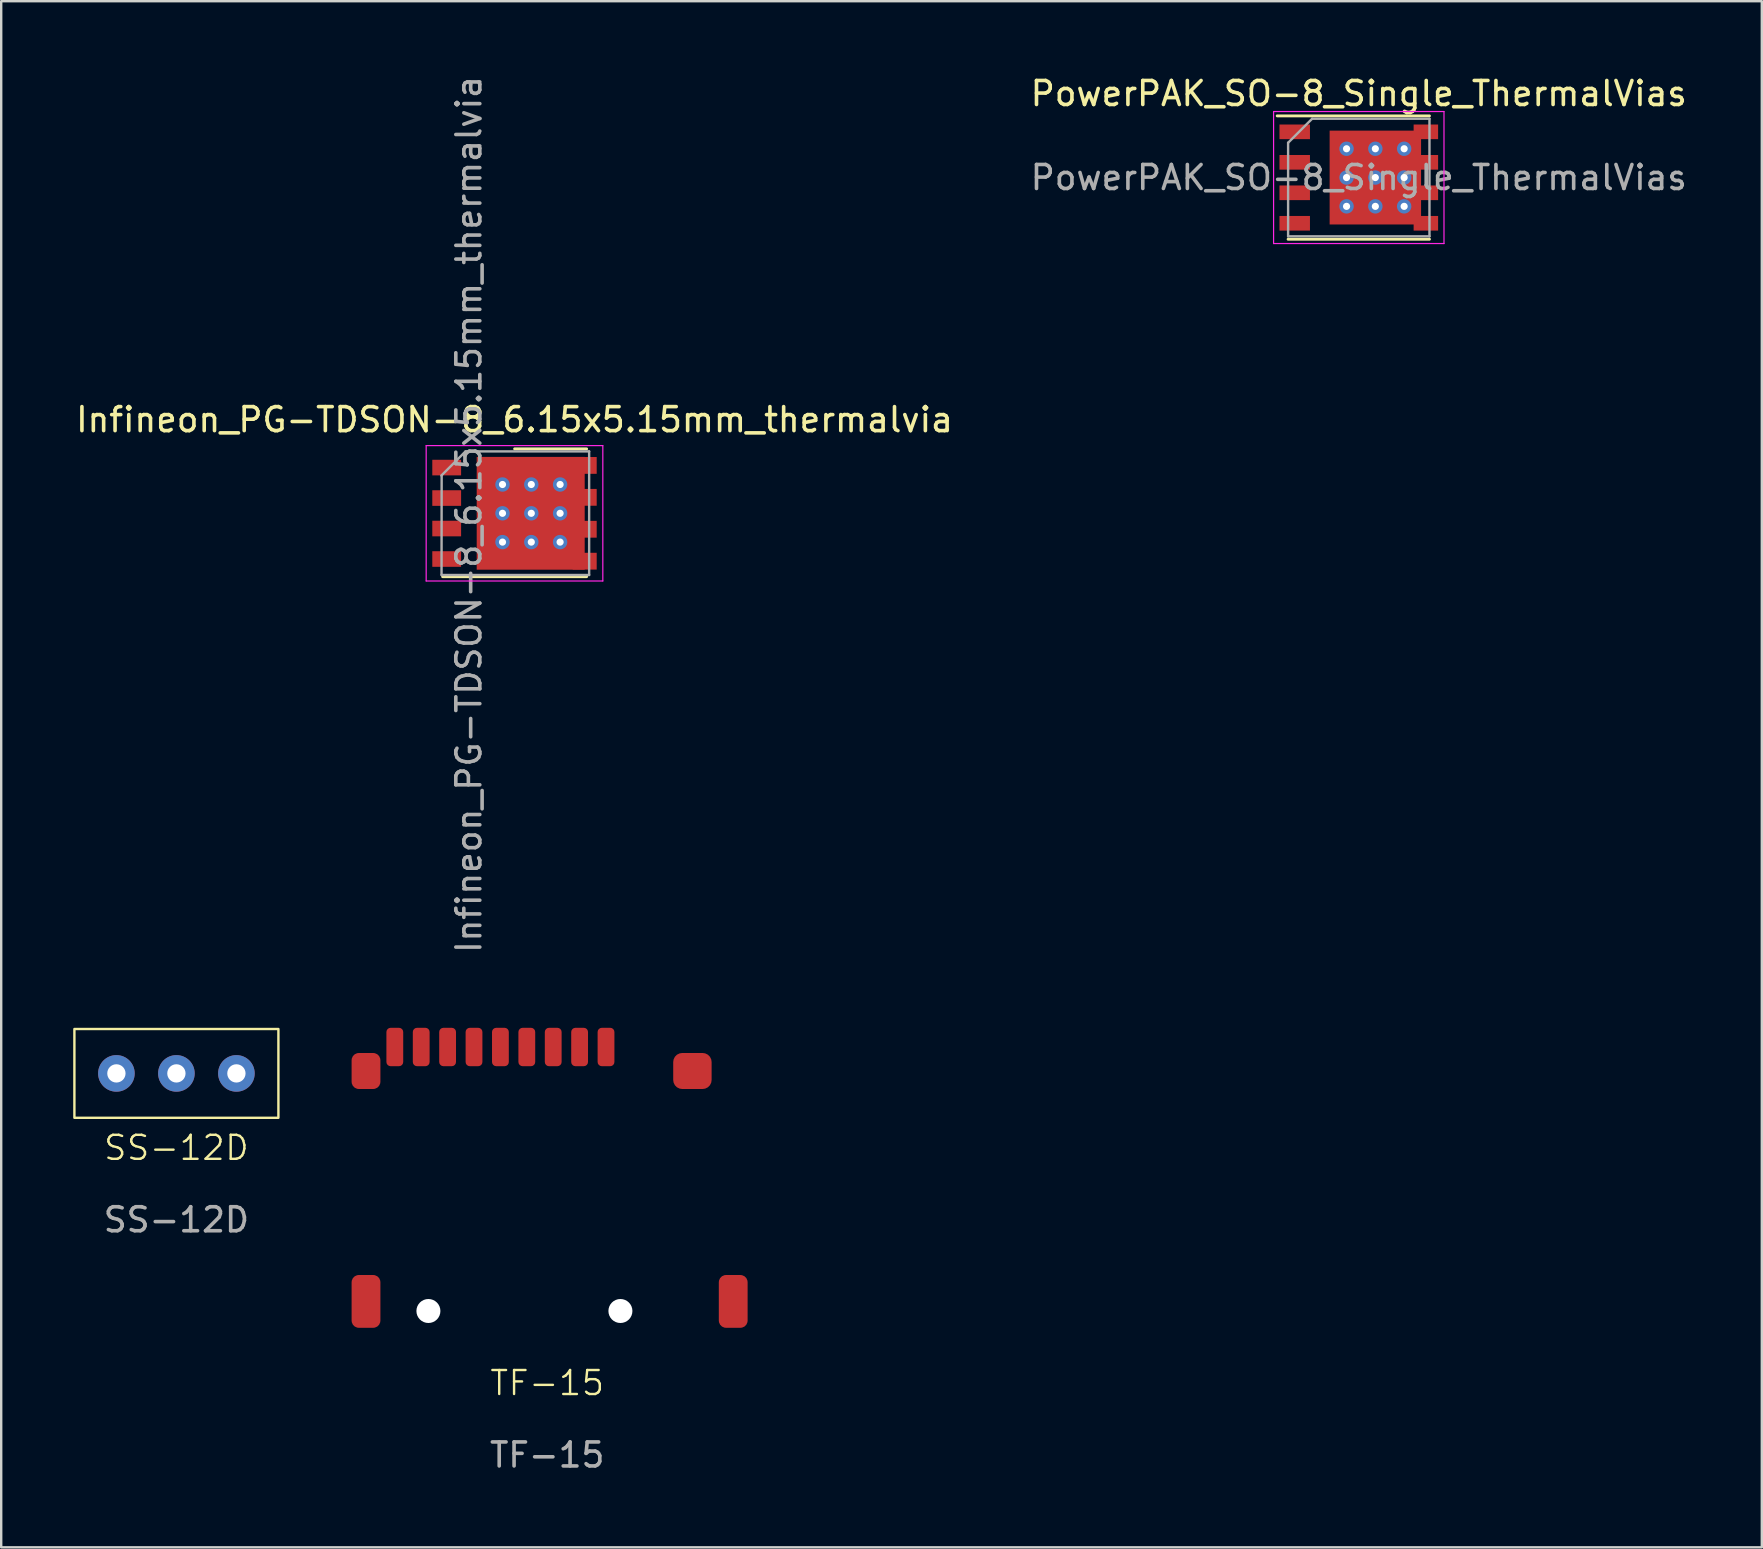
<source format=kicad_pcb>
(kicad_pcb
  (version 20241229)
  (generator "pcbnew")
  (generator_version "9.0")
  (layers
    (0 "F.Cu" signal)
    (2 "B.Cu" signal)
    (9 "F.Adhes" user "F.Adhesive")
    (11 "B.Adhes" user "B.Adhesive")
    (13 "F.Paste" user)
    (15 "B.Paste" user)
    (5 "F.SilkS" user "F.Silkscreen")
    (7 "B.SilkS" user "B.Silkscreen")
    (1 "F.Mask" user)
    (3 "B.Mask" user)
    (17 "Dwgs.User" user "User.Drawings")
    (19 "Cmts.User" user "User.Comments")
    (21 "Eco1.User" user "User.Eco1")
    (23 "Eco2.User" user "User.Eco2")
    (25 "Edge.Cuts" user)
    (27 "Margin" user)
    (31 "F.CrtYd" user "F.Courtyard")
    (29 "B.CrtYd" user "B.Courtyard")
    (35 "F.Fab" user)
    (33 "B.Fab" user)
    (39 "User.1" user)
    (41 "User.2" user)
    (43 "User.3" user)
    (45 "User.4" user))
  (footprint "PowerPAK_SO-8_Single_ThermalVias"
    (layer "F.Cu")
    (at 53.565 4.348)
    (property "Reference" "PowerPAK_SO-8_Single_ThermalVias" (at 0 -3.5 0) (layer "F.SilkS") (effects (font (size 1 1) (thickness 0.15))))
    (attr smd)
    (fp_line (start -3.4 -2.57) (end 2.945 -2.57) (stroke (width 0.12) (type solid)) (layer "F.SilkS"))
    (fp_line (start -2.945 2.57) (end 2.945 2.57) (stroke (width 0.12) (type solid)) (layer "F.SilkS"))
    (fp_line (start -3.55 -2.75) (end -3.55 2.75) (stroke (width 0.05) (type solid)) (layer "F.CrtYd"))
    (fp_line (start -3.55 -2.75) (end 3.55 -2.75) (stroke (width 0.05) (type solid)) (layer "F.CrtYd"))
    (fp_line (start -3.55 2.75) (end 3.55 2.75) (stroke (width 0.05) (type solid)) (layer "F.CrtYd"))
    (fp_line (start 3.55 -2.75) (end 3.55 2.75) (stroke (width 0.05) (type solid)) (layer "F.CrtYd"))
    (fp_line (start -2.945 2.45) (end -2.945 -1.45) (stroke (width 0.1) (type solid)) (layer "F.Fab"))
    (fp_line (start -1.945 -2.45) (end -2.945 -1.45) (stroke (width 0.1) (type solid)) (layer "F.Fab"))
    (fp_line (start -1.945 -2.45) (end 2.945 -2.45) (stroke (width 0.1) (type solid)) (layer "F.Fab"))
    (fp_line (start 2.945 -2.45) (end 2.945 2.45) (stroke (width 0.1) (type solid)) (layer "F.Fab"))
    (fp_line (start 2.945 2.45) (end -2.945 2.45) (stroke (width 0.1) (type solid)) (layer "F.Fab"))
    (fp_text user "${REFERENCE}" (at 0 0 0) (layer "F.Fab") (effects (font (size 1 1) (thickness 0.15))))
    (pad "1" smd rect (at -2.67 -1.905) (size 1.27 0.61) (layers "F.Cu" "F.Mask" "F.Paste"))
    (pad "2" smd rect (at -2.67 -0.635) (size 1.27 0.61) (layers "F.Cu" "F.Mask" "F.Paste"))
    (pad "3" smd rect (at -2.67 0.635) (size 1.27 0.61) (layers "F.Cu" "F.Mask" "F.Paste"))
    (pad "4" smd rect (at -2.67 1.905) (size 1.27 0.61) (layers "F.Cu" "F.Mask" "F.Paste"))
    (pad "5" thru_hole circle (at -0.51 -1.2) (size 0.6 0.6) (drill 0.3) (layers "*.Cu"))
    (pad "5" thru_hole circle (at -0.51 0) (size 0.6 0.6) (drill 0.3) (layers "*.Cu"))
    (pad "5" thru_hole circle (at -0.51 1.2) (size 0.6 0.6) (drill 0.3) (layers "*.Cu"))
    (pad "5" thru_hole circle (at 0.69 -1.2) (size 0.6 0.6) (drill 0.3) (layers "*.Cu"))
    (pad "5" thru_hole circle (at 0.69 0) (size 0.6 0.6) (drill 0.3) (layers "*.Cu"))
    (pad "5" smd rect (at 0.69 0) (size 3.81 3.91) (layers "F.Cu" "F.Mask" "F.Paste"))
    (pad "5" thru_hole circle (at 0.69 1.2) (size 0.6 0.6) (drill 0.3) (layers "*.Cu"))
    (pad "5" thru_hole circle (at 1.89 -1.2) (size 0.6 0.6) (drill 0.3) (layers "*.Cu"))
    (pad "5" thru_hole circle (at 1.89 0) (size 0.6 0.6) (drill 0.3) (layers "*.Cu"))
    (pad "5" thru_hole circle (at 1.89 1.2) (size 0.6 0.6) (drill 0.3) (layers "*.Cu"))
    (pad "5" smd rect (at 2.795 -1.905) (size 1.02 0.61) (layers "F.Cu" "F.Mask" "F.Paste"))
    (pad "5" smd rect (at 2.795 -0.635) (size 1.02 0.61) (layers "F.Cu" "F.Mask" "F.Paste"))
    (pad "5" smd rect (at 2.795 0.635) (size 1.02 0.61) (layers "F.Cu" "F.Mask" "F.Paste"))
    (pad "5" smd rect (at 2.795 1.905) (size 1.02 0.61) (layers "F.Cu" "F.Mask" "F.Paste")))
  (footprint "SS-12D"
    (layer "F.Cu")
    (at 4.3 41.674)
    (property "Reference" "SS-12D" (at 0 3.1 0) (unlocked yes) (layer "F.SilkS") (effects (font (size 1 1) (thickness 0.1))))
    (attr through_hole)
    (fp_rect (start -4.25 -1.85) (end 4.25 1.85) (stroke (width 0.1) (type default)) (fill no) (layer "F.SilkS"))
    (fp_text user "${REFERENCE}" (at 0 6.1 0) (unlocked yes) (layer "F.Fab") (effects (font (size 1 1) (thickness 0.15))))
    (pad "1" thru_hole circle (at -2.5 0) (size 1.524 1.524) (drill 0.762) (layers "*.Cu" "*.Mask"))
    (pad "2" thru_hole circle (at 0 0) (size 1.524 1.524) (drill 0.762) (layers "*.Cu" "*.Mask"))
    (pad "3" thru_hole circle (at 2.5 0) (size 1.524 1.524) (drill 0.762) (layers "*.Cu" "*.Mask")))
  (footprint "Infineon_PG-TDSON-8_6.15x5.15mm_thermalvia"
    (layer "F.Cu")
    (at 18.387 18.337)
    (property "Reference" "Infineon_PG-TDSON-8_6.15x5.15mm_thermalvia" (at 0 -3.9 0) (layer "F.SilkS") (effects (font (size 1 1) (thickness 0.15))))
    (attr smd)
    (fp_line (start 3.005 -2.685) (end 0.005 -2.685) (stroke (width 0.12) (type solid)) (layer "F.SilkS"))
    (fp_line (start 3.005 2.64) (end -2.995 2.64) (stroke (width 0.12) (type solid)) (layer "F.SilkS"))
    (fp_line (start -3.68 -2.82) (end 3.68 -2.82) (stroke (width 0.05) (type solid)) (layer "F.CrtYd"))
    (fp_line (start -3.68 2.82) (end -3.68 -2.82) (stroke (width 0.05) (type solid)) (layer "F.CrtYd"))
    (fp_line (start 3.68 -2.82) (end 3.68 2.82) (stroke (width 0.05) (type solid)) (layer "F.CrtYd"))
    (fp_line (start 3.68 2.82) (end -3.68 2.82) (stroke (width 0.05) (type solid)) (layer "F.CrtYd"))
    (fp_line (start -3.035 -1.57) (end -3.04 2.56) (stroke (width 0.1) (type solid)) (layer "F.Fab"))
    (fp_line (start -2.045 -2.575) (end -3.045 -1.575) (stroke (width 0.1) (type solid)) (layer "F.Fab"))
    (fp_line (start -2.04 -2.58) (end 3.11 -2.58) (stroke (width 0.1) (type solid)) (layer "F.Fab"))
    (fp_line (start 3.11 -2.58) (end 3.11 2.57) (stroke (width 0.1) (type solid)) (layer "F.Fab"))
    (fp_line (start 3.11 2.57) (end -3.04 2.57) (stroke (width 0.1) (type solid)) (layer "F.Fab"))
    (fp_text user "${REFERENCE}" (at -1.9 0.05 90) (layer "F.Fab") (effects (font (size 1 1) (thickness 0.15))))
    (pad "" smd rect (at -0.8 -1.725) (size 0.9 0.9) (layers "F.Paste"))
    (pad "" smd rect (at -0.8 -0.575) (size 0.9 0.9) (layers "F.Paste"))
    (pad "" smd rect (at -0.8 0.575) (size 0.9 0.9) (layers "F.Paste"))
    (pad "" smd rect (at -0.8 1.725) (size 0.9 0.9) (layers "F.Paste"))
    (pad "" smd rect (at 0.425 -1.725) (size 0.9 0.9) (layers "F.Paste"))
    (pad "" smd rect (at 0.425 -0.575) (size 0.9 0.9) (layers "F.Paste"))
    (pad "" smd rect (at 0.425 0.575) (size 0.9 0.9) (layers "F.Paste"))
    (pad "" smd rect (at 0.425 1.725) (size 0.9 0.9) (layers "F.Paste"))
    (pad "" smd rect (at 1.625 -1.725) (size 0.9 0.9) (layers "F.Paste"))
    (pad "" smd rect (at 1.625 -0.575) (size 0.9 0.9) (layers "F.Paste"))
    (pad "" smd rect (at 1.625 0.575) (size 0.9 0.9) (layers "F.Paste"))
    (pad "" smd rect (at 1.625 1.725) (size 0.9 0.9) (layers "F.Paste"))
    (pad "1" smd rect (at -2.825 -1.905) (size 1.2 0.65) (layers "F.Cu" "F.Mask" "F.Paste"))
    (pad "2" smd rect (at -2.825 -0.635) (size 1.2 0.65) (layers "F.Cu" "F.Mask" "F.Paste"))
    (pad "3" smd rect (at -2.825 0.635) (size 1.2 0.65) (layers "F.Cu" "F.Mask" "F.Paste"))
    (pad "4" smd rect (at -2.825 1.905) (size 1.2 0.65) (layers "F.Cu" "F.Mask" "F.Paste"))
    (pad "5" thru_hole circle (at -0.5 -1.2) (size 0.6 0.6) (drill 0.3) (layers "*.Cu"))
    (pad "5" thru_hole circle (at -0.5 0) (size 0.6 0.6) (drill 0.3) (layers "*.Cu"))
    (pad "5" thru_hole circle (at -0.5 1.2) (size 0.6 0.6) (drill 0.3) (layers "*.Cu"))
    (pad "5" smd rect (at 0.675 0) (size 4.5 4.7) (layers "F.Cu" "F.Mask"))
    (pad "5" thru_hole circle (at 0.7 -1.2) (size 0.6 0.6) (drill 0.3) (layers "*.Cu"))
    (pad "5" thru_hole circle (at 0.7 0) (size 0.6 0.6) (drill 0.3) (layers "*.Cu"))
    (pad "5" thru_hole circle (at 0.7 1.2) (size 0.6 0.6) (drill 0.3) (layers "*.Cu"))
    (pad "5" thru_hole circle (at 1.9 -1.2) (size 0.6 0.6) (drill 0.3) (layers "*.Cu"))
    (pad "5" thru_hole circle (at 1.9 0) (size 0.6 0.6) (drill 0.3) (layers "*.Cu"))
    (pad "5" thru_hole circle (at 1.9 1.2) (size 0.6 0.6) (drill 0.3) (layers "*.Cu"))
    (pad "5" smd rect (at 2.925 -1.995) (size 1 0.7) (layers "F.Cu" "F.Mask" "F.Paste"))
    (pad "5" smd rect (at 2.925 -0.665) (size 1 0.7) (layers "F.Cu" "F.Mask" "F.Paste"))
    (pad "5" smd rect (at 2.925 0.665) (size 1 0.7) (layers "F.Cu" "F.Mask" "F.Paste"))
    (pad "5" smd rect (at 2.925 1.995) (size 1 0.7) (layers "F.Cu" "F.Mask" "F.Paste")))
  (footprint "TF-15"
    (layer "F.Cu")
    (at 19.75 51.574)
    (property "Reference" "TF-15" (at 0 3 0) (unlocked yes) (layer "F.SilkS") (effects (font (size 1 1) (thickness 0.1))))
    (attr smd)
    (fp_text user "${REFERENCE}" (at 0 6 0) (unlocked yes) (layer "F.Fab") (effects (font (size 1 1) (thickness 0.15))))
    (pad "" np_thru_hole circle (at -4.95 0 90) (size 1 1) (drill 1) (layers "*.Cu" "*.Mask"))
    (pad "" np_thru_hole circle (at 3.05 0 90) (size 1 1) (drill 1) (layers "*.Cu" "*.Mask"))
    (pad "1" smd roundrect (at 2.45 -11 90) (size 1.6 0.7) (layers "F.Cu" "F.Mask" "F.Paste") (roundrect_rratio 0.25))
    (pad "2" smd roundrect (at 1.35 -11 90) (size 1.6 0.7) (layers "F.Cu" "F.Mask" "F.Paste") (roundrect_rratio 0.25))
    (pad "3" smd roundrect (at 0.25 -11 90) (size 1.6 0.7) (layers "F.Cu" "F.Mask" "F.Paste") (roundrect_rratio 0.25))
    (pad "4" smd roundrect (at -0.85 -11 90) (size 1.6 0.7) (layers "F.Cu" "F.Mask" "F.Paste") (roundrect_rratio 0.25))
    (pad "5" smd roundrect (at -1.95 -11 90) (size 1.6 0.7) (layers "F.Cu" "F.Mask" "F.Paste") (roundrect_rratio 0.25))
    (pad "6" smd roundrect (at -3.05 -11 90) (size 1.6 0.7) (layers "F.Cu" "F.Mask" "F.Paste") (roundrect_rratio 0.25))
    (pad "7" smd roundrect (at -4.15 -11 90) (size 1.6 0.7) (layers "F.Cu" "F.Mask" "F.Paste") (roundrect_rratio 0.25))
    (pad "8" smd roundrect (at -5.25 -11 90) (size 1.6 0.7) (layers "F.Cu" "F.Mask" "F.Paste") (roundrect_rratio 0.25))
    (pad "9" smd roundrect (at -6.35 -11 90) (size 1.6 0.7) (layers "F.Cu" "F.Mask" "F.Paste") (roundrect_rratio 0.25))
    (pad "10" smd roundrect (at -7.55 -10 90) (size 1.5 1.2) (layers "F.Cu" "F.Mask" "F.Paste") (roundrect_rratio 0.25))
    (pad "10" smd roundrect (at -7.55 -0.4 90) (size 2.2 1.2) (layers "F.Cu" "F.Mask" "F.Paste") (roundrect_rratio 0.25))
    (pad "10" smd roundrect (at 6.05 -10 90) (size 1.5 1.6) (layers "F.Cu" "F.Mask" "F.Paste") (roundrect_rratio 0.25))
    (pad "10" smd roundrect (at 7.75 -0.4 90) (size 2.2 1.2) (layers "F.Cu" "F.Mask" "F.Paste") (roundrect_rratio 0.25)))
  (gr_rect
    (start -3 -3)
    (end 70.357 61.422)
    (stroke (width 0.1) (type default))
    (fill no)
    (layer "Edge.Cuts")))
</source>
